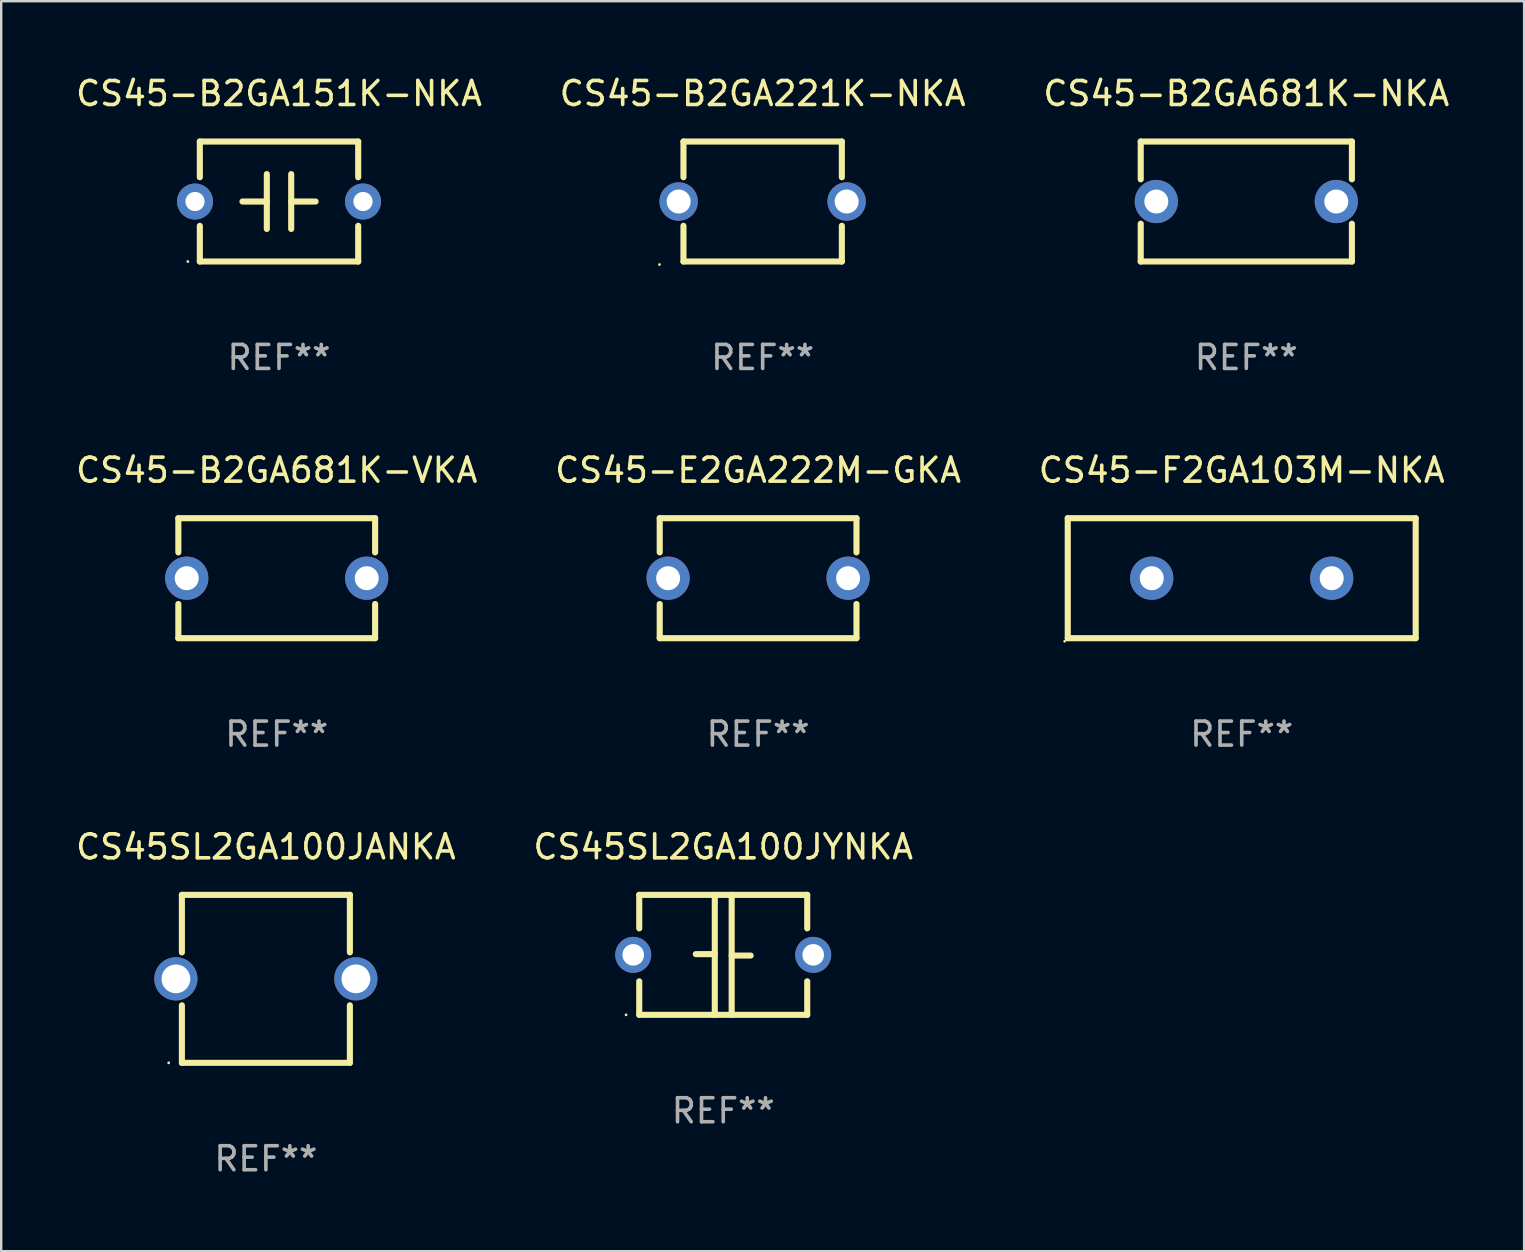
<source format=kicad_pcb>
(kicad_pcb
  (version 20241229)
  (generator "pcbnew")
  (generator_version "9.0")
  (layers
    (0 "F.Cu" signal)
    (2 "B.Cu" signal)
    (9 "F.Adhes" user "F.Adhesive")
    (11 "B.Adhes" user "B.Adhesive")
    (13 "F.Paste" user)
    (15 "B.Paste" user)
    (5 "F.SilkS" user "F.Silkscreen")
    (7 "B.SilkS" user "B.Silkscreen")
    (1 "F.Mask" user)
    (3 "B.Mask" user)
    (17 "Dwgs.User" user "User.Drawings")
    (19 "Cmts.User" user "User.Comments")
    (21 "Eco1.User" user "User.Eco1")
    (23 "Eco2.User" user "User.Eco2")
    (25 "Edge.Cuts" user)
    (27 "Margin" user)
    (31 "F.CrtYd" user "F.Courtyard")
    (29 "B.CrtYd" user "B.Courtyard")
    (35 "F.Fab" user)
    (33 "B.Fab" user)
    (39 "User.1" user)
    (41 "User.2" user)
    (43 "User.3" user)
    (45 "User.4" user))
  (footprint "CS45-B2GA221K-NKA"
    (layer "F.Cu")
    (at 28.732 5.348)
    (property "Reference" "CS45-B2GA221K-NKA" (at 0 -4.5 0) (layer "F.SilkS") (effects (font (size 1 1) (thickness 0.15))))
    (attr through_hole)
    (fp_line (start -3.3 -2.5) (end -3.3 -1.012) (stroke (width 0.254) (type solid)) (layer "F.SilkS"))
    (fp_line (start -3.3 -2.5) (end 3.3 -2.5) (stroke (width 0.254) (type solid)) (layer "F.SilkS"))
    (fp_line (start -3.3 1.012) (end -3.3 2.5) (stroke (width 0.254) (type solid)) (layer "F.SilkS"))
    (fp_line (start 3.3 -2.5) (end 3.3 -1.011) (stroke (width 0.254) (type solid)) (layer "F.SilkS"))
    (fp_line (start 3.3 1.011) (end 3.3 2.5) (stroke (width 0.254) (type solid)) (layer "F.SilkS"))
    (fp_line (start 3.3 2.5) (end -3.3 2.5) (stroke (width 0.254) (type solid)) (layer "F.SilkS"))
    (fp_circle (center -4.3 2.627) (end -4.27 2.627) (stroke (width 0.06) (type solid)) (fill no) (layer "F.SilkS"))
    (fp_text user "REF**" (at 0 6.5 0) (layer "F.Fab") (effects (font (size 1 1) (thickness 0.15))))
    (pad "1" thru_hole circle (at -3.5 0) (size 1.6 1.6) (drill 1) (layers "*.Cu" "*.Mask"))
    (pad "2" thru_hole circle (at 3.5 0) (size 1.6 1.6) (drill 1) (layers "*.Cu" "*.Mask")))
  (footprint "CS45-B2GA681K-NKA"
    (layer "F.Cu")
    (at 48.887 5.348)
    (property "Reference" "CS45-B2GA681K-NKA" (at 0 -4.5 0) (layer "F.SilkS") (effects (font (size 1 1) (thickness 0.15))))
    (attr through_hole)
    (fp_line (start -4.4 -2.5) (end -4.4 -0.925) (stroke (width 0.254) (type solid)) (layer "F.SilkS"))
    (fp_line (start -4.4 -2.5) (end 4.4 -2.5) (stroke (width 0.254) (type solid)) (layer "F.SilkS"))
    (fp_line (start -4.4 0.925) (end -4.4 2.5) (stroke (width 0.254) (type solid)) (layer "F.SilkS"))
    (fp_line (start -4.4 2.5) (end 4.4 2.5) (stroke (width 0.254) (type solid)) (layer "F.SilkS"))
    (fp_line (start 4.4 -2.5) (end 4.4 -0.925) (stroke (width 0.254) (type solid)) (layer "F.SilkS"))
    (fp_line (start 4.4 0.925) (end 4.4 2.5) (stroke (width 0.254) (type solid)) (layer "F.SilkS"))
    (fp_circle (center -4.25 2.5) (end -4.22 2.5) (stroke (width 0.06) (type solid)) (fill no) (layer "F.SilkS"))
    (fp_text user "REF**" (at 0 6.5 0) (layer "F.Fab") (effects (font (size 1 1) (thickness 0.15))))
    (pad "1" thru_hole circle (at -3.75 0) (size 1.8 1.8) (drill 1) (layers "*.Cu" "*.Mask"))
    (pad "2" thru_hole circle (at 3.75 0) (size 1.8 1.8) (drill 1) (layers "*.Cu" "*.Mask")))
  (footprint "CS45-E2GA222M-GKA"
    (layer "F.Cu")
    (at 28.542 21.045)
    (property "Reference" "CS45-E2GA222M-GKA" (at 0 -4.5 0) (layer "F.SilkS") (effects (font (size 1 1) (thickness 0.15))))
    (attr through_hole)
    (fp_line (start -4.1 -2.5) (end -4.1 -1.076) (stroke (width 0.254) (type solid)) (layer "F.SilkS"))
    (fp_line (start -4.1 -2.5) (end 4.1 -2.5) (stroke (width 0.254) (type solid)) (layer "F.SilkS"))
    (fp_line (start -4.1 1.076) (end -4.1 2.5) (stroke (width 0.254) (type solid)) (layer "F.SilkS"))
    (fp_line (start -4.1 2.5) (end 4.1 2.5) (stroke (width 0.254) (type solid)) (layer "F.SilkS"))
    (fp_line (start 4.1 -2.5) (end 4.1 -1.076) (stroke (width 0.254) (type solid)) (layer "F.SilkS"))
    (fp_line (start 4.1 1.076) (end 4.1 2.5) (stroke (width 0.254) (type solid)) (layer "F.SilkS"))
    (fp_circle (center -4.1 2.5) (end -4.07 2.5) (stroke (width 0.06) (type solid)) (fill no) (layer "F.SilkS"))
    (fp_text user "REF**" (at 0 6.5 0) (layer "F.Fab") (effects (font (size 1 1) (thickness 0.15))))
    (pad "1" thru_hole circle (at -3.75 0.000127) (size 1.8 1.8) (drill 1) (layers "*.Cu" "*.Mask"))
    (pad "2" thru_hole circle (at 3.75 0.000127) (size 1.8 1.8) (drill 1) (layers "*.Cu" "*.Mask")))
  (footprint "CS45-B2GA151K-NKA"
    (layer "F.Cu")
    (at 8.577 5.348)
    (property "Reference" "CS45-B2GA151K-NKA" (at 0 -4.5 0) (layer "F.SilkS") (effects (font (size 1 1) (thickness 0.15))))
    (attr through_hole)
    (fp_line (start -3.3 -2.5) (end -3.3 -1.012) (stroke (width 0.254) (type solid)) (layer "F.SilkS"))
    (fp_line (start -3.3 -2.5) (end 3.3 -2.5) (stroke (width 0.254) (type solid)) (layer "F.SilkS"))
    (fp_line (start -3.3 1.012) (end -3.3 2.5) (stroke (width 0.254) (type solid)) (layer "F.SilkS"))
    (fp_line (start -0.508 0.000025) (end -1.524 0.000025) (stroke (width 0.254) (type solid)) (layer "F.SilkS"))
    (fp_line (start -0.508 1.143) (end -0.508 -1.143) (stroke (width 0.254) (type solid)) (layer "F.SilkS"))
    (fp_line (start 0.508 -1.143) (end 0.508 1.143) (stroke (width 0.254) (type solid)) (layer "F.SilkS"))
    (fp_line (start 0.508 -0.000025) (end 1.524 -0.000025) (stroke (width 0.254) (type solid)) (layer "F.SilkS"))
    (fp_line (start 3.3 -2.5) (end 3.3 -1.011) (stroke (width 0.254) (type solid)) (layer "F.SilkS"))
    (fp_line (start 3.3 1.011) (end 3.3 2.5) (stroke (width 0.254) (type solid)) (layer "F.SilkS"))
    (fp_line (start 3.3 2.5) (end -3.3 2.5) (stroke (width 0.254) (type solid)) (layer "F.SilkS"))
    (fp_circle (center -3.8 2.5) (end -3.77 2.5) (stroke (width 0.06) (type solid)) (fill no) (layer "F.SilkS"))
    (fp_text user "REF**" (at 0 6.5 0) (layer "F.Fab") (effects (font (size 1 1) (thickness 0.15))))
    (pad "1" thru_hole circle (at -3.5 0) (size 1.5 1.5) (drill 0.8) (layers "*.Cu" "*.Mask"))
    (pad "2" thru_hole circle (at 3.5 0) (size 1.5 1.5) (drill 0.8) (layers "*.Cu" "*.Mask")))
  (footprint "CS45SL2GA100JANKA"
    (layer "F.Cu")
    (at 8.03 37.741)
    (property "Reference" "CS45SL2GA100JANKA" (at 0 -5.5 0) (layer "F.SilkS") (effects (font (size 1 1) (thickness 0.15))))
    (attr through_hole)
    (fp_line (start -3.5 -3.5) (end -3.5 -1.103) (stroke (width 0.254) (type solid)) (layer "F.SilkS"))
    (fp_line (start -3.5 -3.5) (end 3.5 -3.5) (stroke (width 0.254) (type solid)) (layer "F.SilkS"))
    (fp_line (start -3.5 1.103) (end -3.5 3.5) (stroke (width 0.254) (type solid)) (layer "F.SilkS"))
    (fp_line (start 3.5 -3.5) (end 3.5 -1.103) (stroke (width 0.254) (type solid)) (layer "F.SilkS"))
    (fp_line (start 3.5 1.103) (end 3.5 3.5) (stroke (width 0.254) (type solid)) (layer "F.SilkS"))
    (fp_line (start 3.5 3.5) (end -3.5 3.5) (stroke (width 0.254) (type solid)) (layer "F.SilkS"))
    (fp_circle (center -4.05 3.5) (end -4.02 3.5) (stroke (width 0.06) (type solid)) (fill no) (layer "F.SilkS"))
    (fp_text user "REF**" (at 0 7.5 0) (layer "F.Fab") (effects (font (size 1 1) (thickness 0.15))))
    (pad "1" thru_hole circle (at -3.75 0) (size 1.8 1.8) (drill 1.2) (layers "*.Cu" "*.Mask"))
    (pad "2" thru_hole circle (at 3.75 0) (size 1.8 1.8) (drill 1.2) (layers "*.Cu" "*.Mask")))
  (footprint "CS45-B2GA681K-VKA"
    (layer "F.Cu")
    (at 8.482 21.045)
    (property "Reference" "CS45-B2GA681K-VKA" (at 0 -4.5 0) (layer "F.SilkS") (effects (font (size 1 1) (thickness 0.15))))
    (attr through_hole)
    (fp_line (start -4.1 -2.5) (end -4.1 -1.076) (stroke (width 0.254) (type solid)) (layer "F.SilkS"))
    (fp_line (start -4.1 -2.5) (end 4.1 -2.5) (stroke (width 0.254) (type solid)) (layer "F.SilkS"))
    (fp_line (start -4.1 1.076) (end -4.1 2.5) (stroke (width 0.254) (type solid)) (layer "F.SilkS"))
    (fp_line (start -4.1 2.5) (end 4.1 2.5) (stroke (width 0.254) (type solid)) (layer "F.SilkS"))
    (fp_line (start 4.1 -2.5) (end 4.1 -1.076) (stroke (width 0.254) (type solid)) (layer "F.SilkS"))
    (fp_line (start 4.1 1.076) (end 4.1 2.5) (stroke (width 0.254) (type solid)) (layer "F.SilkS"))
    (fp_circle (center -4.1 2.5) (end -4.07 2.5) (stroke (width 0.06) (type solid)) (fill no) (layer "F.SilkS"))
    (fp_text user "REF**" (at 0 6.5 0) (layer "F.Fab") (effects (font (size 1 1) (thickness 0.15))))
    (pad "1" thru_hole circle (at -3.75 0.000127) (size 1.8 1.8) (drill 1) (layers "*.Cu" "*.Mask"))
    (pad "2" thru_hole circle (at 3.75 0.000127) (size 1.8 1.8) (drill 1) (layers "*.Cu" "*.Mask")))
  (footprint "CS45-F2GA103M-NKA"
    (layer "F.Cu")
    (at 48.696 21.045)
    (property "Reference" "CS45-F2GA103M-NKA" (at 0 -4.5 0) (layer "F.SilkS") (effects (font (size 1 1) (thickness 0.15))))
    (attr through_hole)
    (fp_line (start -7.25 -2.5) (end -7.25 2.5) (stroke (width 0.254) (type solid)) (layer "F.SilkS"))
    (fp_line (start -7.25 -2.5) (end 7.25 -2.5) (stroke (width 0.254) (type solid)) (layer "F.SilkS"))
    (fp_line (start 7.25 2.5) (end -7.25 2.5) (stroke (width 0.254) (type solid)) (layer "F.SilkS"))
    (fp_line (start 7.25 -2.5) (end 7.25 2.5) (stroke (width 0.254) (type solid)) (layer "F.SilkS"))
    (fp_circle (center -7.377 2.627) (end -7.347 2.627) (stroke (width 0.06) (type solid)) (fill no) (layer "F.SilkS"))
    (fp_text user "REF**" (at 0 6.5 0) (layer "F.Fab") (effects (font (size 1 1) (thickness 0.15))))
    (pad "1" thru_hole circle (at -3.75 0) (size 1.8 1.8) (drill 1) (layers "*.Cu" "*.Mask"))
    (pad "2" thru_hole circle (at 3.75 0) (size 1.8 1.8) (drill 1) (layers "*.Cu" "*.Mask")))
  (footprint "CS45SL2GA100JYNKA"
    (layer "F.Cu")
    (at 27.089 36.741)
    (property "Reference" "CS45SL2GA100JYNKA" (at 0 -4.5 0) (layer "F.SilkS") (effects (font (size 1 1) (thickness 0.15))))
    (attr through_hole)
    (fp_line (start -3.5 -2.5) (end -3.5 -1.103) (stroke (width 0.254) (type solid)) (layer "F.SilkS"))
    (fp_line (start -3.5 -2.5) (end 3.5 -2.5) (stroke (width 0.254) (type solid)) (layer "F.SilkS"))
    (fp_line (start -3.5 1.103) (end -3.5 2.5) (stroke (width 0.254) (type solid)) (layer "F.SilkS"))
    (fp_line (start -0.352 -0.03) (end -1.143 -0.03) (stroke (width 0.254) (type solid)) (layer "F.SilkS"))
    (fp_line (start -0.352 2.5) (end -0.352 -2.5) (stroke (width 0.254) (type solid)) (layer "F.SilkS"))
    (fp_line (start 0.352 -2.5) (end 0.352 2.5) (stroke (width 0.254) (type solid)) (layer "F.SilkS"))
    (fp_line (start 0.352 0.03) (end 1.143 0.03) (stroke (width 0.254) (type solid)) (layer "F.SilkS"))
    (fp_line (start 3.5 -2.5) (end 3.5 -1.103) (stroke (width 0.254) (type solid)) (layer "F.SilkS"))
    (fp_line (start 3.5 1.103) (end 3.5 2.5) (stroke (width 0.254) (type solid)) (layer "F.SilkS"))
    (fp_line (start 3.5 2.5) (end -3.5 2.5) (stroke (width 0.254) (type solid)) (layer "F.SilkS"))
    (fp_circle (center -4.05 2.5) (end -4.02 2.5) (stroke (width 0.06) (type solid)) (fill no) (layer "F.SilkS"))
    (fp_text user "REF**" (at 0 6.5 0) (layer "F.Fab") (effects (font (size 1 1) (thickness 0.15))))
    (pad "1" thru_hole circle (at -3.75 0) (size 1.5 1.5) (drill 0.9) (layers "*.Cu" "*.Mask"))
    (pad "2" thru_hole circle (at 3.75 0) (size 1.5 1.5) (drill 0.9) (layers "*.Cu" "*.Mask")))
  (gr_rect
    (start -3 -3)
    (end 60.464 49.09)
    (stroke (width 0.1) (type default))
    (fill no)
    (layer "Edge.Cuts")))
</source>
